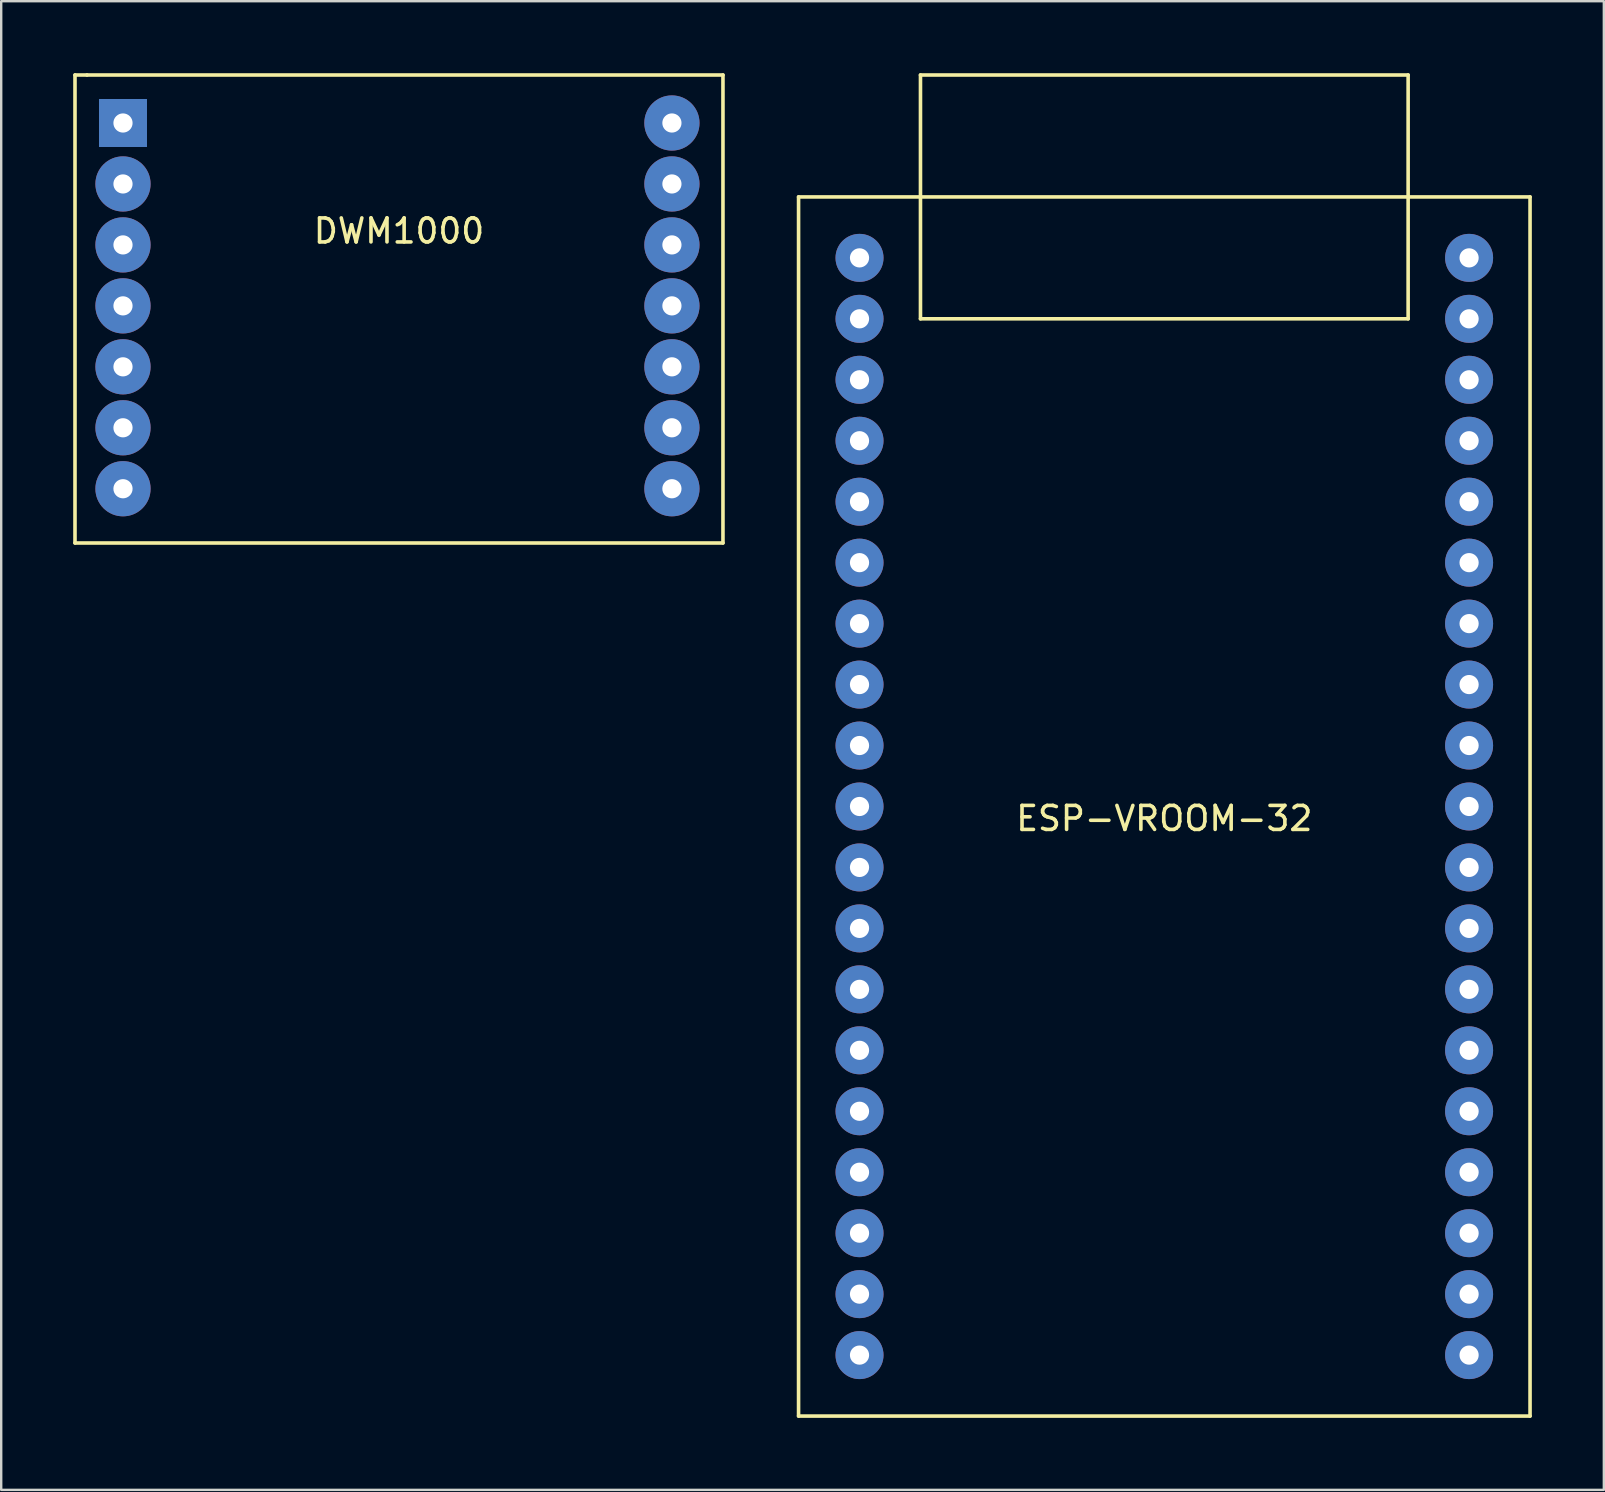
<source format=kicad_pcb>
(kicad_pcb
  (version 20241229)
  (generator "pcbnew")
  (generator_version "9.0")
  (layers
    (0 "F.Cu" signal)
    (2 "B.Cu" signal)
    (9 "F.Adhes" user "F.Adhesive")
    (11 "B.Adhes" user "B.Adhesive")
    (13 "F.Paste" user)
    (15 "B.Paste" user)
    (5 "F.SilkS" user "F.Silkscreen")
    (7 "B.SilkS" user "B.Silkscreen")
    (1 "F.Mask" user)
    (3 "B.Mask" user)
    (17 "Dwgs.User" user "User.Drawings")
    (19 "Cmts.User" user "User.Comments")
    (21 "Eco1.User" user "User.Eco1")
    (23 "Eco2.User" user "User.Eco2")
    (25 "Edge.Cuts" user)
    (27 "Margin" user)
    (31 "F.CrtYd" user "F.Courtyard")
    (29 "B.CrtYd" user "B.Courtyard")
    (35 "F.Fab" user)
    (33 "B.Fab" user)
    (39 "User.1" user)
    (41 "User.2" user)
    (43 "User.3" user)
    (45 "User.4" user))
  (footprint "DWM1000"
    (layer "F.Cu")
    (at 2.075 2.075)
    (property "Reference" "DWM1000" (at 11.5 4.5 0) (layer "F.SilkS") (effects (font (size 1 1) (thickness 0.15))))
    (attr through_hole)
    (fp_line (start -2 -2) (end -1.5 -2) (stroke (width 0.15) (type solid)) (layer "F.SilkS"))
    (fp_line (start -2 17.5) (end -2 -2) (stroke (width 0.15) (type solid)) (layer "F.SilkS"))
    (fp_line (start -1.5 -2) (end 25 -2) (stroke (width 0.15) (type solid)) (layer "F.SilkS"))
    (fp_line (start 25 -2) (end 25 17.5) (stroke (width 0.15) (type solid)) (layer "F.SilkS"))
    (fp_line (start 25 17.5) (end -2 17.5) (stroke (width 0.15) (type solid)) (layer "F.SilkS"))
    (pad "1" thru_hole rect (at 0 0) (size 2 2) (drill 0.8) (layers "*.Cu" "*.Mask"))
    (pad "2" thru_hole oval (at 0 2.54) (size 2.3 2.3) (drill 0.8) (layers "*.Cu" "*.Mask"))
    (pad "3" thru_hole oval (at 0 5.08) (size 2.3 2.3) (drill 0.8) (layers "*.Cu" "*.Mask"))
    (pad "4" thru_hole oval (at 0 7.62) (size 2.3 2.3) (drill 0.8) (layers "*.Cu" "*.Mask"))
    (pad "5" thru_hole oval (at 0 10.16) (size 2.3 2.3) (drill 0.8) (layers "*.Cu" "*.Mask"))
    (pad "6" thru_hole oval (at 0 12.7) (size 2.3 2.3) (drill 0.8) (layers "*.Cu" "*.Mask"))
    (pad "7" thru_hole oval (at 0 15.24) (size 2.3 2.3) (drill 0.8) (layers "*.Cu" "*.Mask"))
    (pad "8" thru_hole oval (at 22.873 0) (size 2.3 2.3) (drill 0.8) (layers "*.Cu" "*.Mask"))
    (pad "9" thru_hole oval (at 22.873 2.54) (size 2.3 2.3) (drill 0.8) (layers "*.Cu" "*.Mask"))
    (pad "10" thru_hole oval (at 22.873 5.08) (size 2.3 2.3) (drill 0.8) (layers "*.Cu" "*.Mask"))
    (pad "11" thru_hole oval (at 22.873 7.62) (size 2.3 2.3) (drill 0.8) (layers "*.Cu" "*.Mask"))
    (pad "12" thru_hole oval (at 22.873 10.16) (size 2.3 2.3) (drill 0.8) (layers "*.Cu" "*.Mask"))
    (pad "13" thru_hole oval (at 22.873 12.7) (size 2.3 2.3) (drill 0.8) (layers "*.Cu" "*.Mask"))
    (pad "14" thru_hole oval (at 22.873 15.24) (size 2.3 2.3) (drill 0.8) (layers "*.Cu" "*.Mask")))
  (footprint "ESP-VROOM-32"
    (layer "F.Cu")
    (at 45.465 30.555)
    (property "Reference" "ESP-VROOM-32" (at 0 0.5 0) (layer "F.SilkS") (effects (font (size 1 1) (thickness 0.15))))
    (attr through_hole)
    (fp_line (start -15.24 -25.4) (end 15.24 -25.4) (stroke (width 0.15) (type solid)) (layer "F.SilkS"))
    (fp_line (start -15.24 25.4) (end -15.24 -25.4) (stroke (width 0.15) (type solid)) (layer "F.SilkS"))
    (fp_line (start -10.16 -30.48) (end 10.16 -30.48) (stroke (width 0.15) (type solid)) (layer "F.SilkS"))
    (fp_line (start -10.16 -20.32) (end -10.16 -30.48) (stroke (width 0.15) (type solid)) (layer "F.SilkS"))
    (fp_line (start 10.16 -30.48) (end 10.16 -20.32) (stroke (width 0.15) (type solid)) (layer "F.SilkS"))
    (fp_line (start 10.16 -20.32) (end -10.16 -20.32) (stroke (width 0.15) (type solid)) (layer "F.SilkS"))
    (fp_line (start 15.24 -25.4) (end 15.24 25.4) (stroke (width 0.15) (type solid)) (layer "F.SilkS"))
    (fp_line (start 15.24 25.4) (end -15.24 25.4) (stroke (width 0.15) (type solid)) (layer "F.SilkS"))
    (pad "1" thru_hole circle (at -12.7 -22.86) (size 2 2) (drill 0.8) (layers "*.Cu" "*.Mask"))
    (pad "2" thru_hole circle (at -12.7 -20.32) (size 2 2) (drill 0.8) (layers "*.Cu" "*.Mask"))
    (pad "3" thru_hole circle (at -12.7 -17.78) (size 2 2) (drill 0.8) (layers "*.Cu" "*.Mask"))
    (pad "4" thru_hole circle (at -12.7 -15.24) (size 2 2) (drill 0.8) (layers "*.Cu" "*.Mask"))
    (pad "5" thru_hole circle (at -12.7 -12.7) (size 2 2) (drill 0.8) (layers "*.Cu" "*.Mask"))
    (pad "6" thru_hole circle (at -12.7 -10.16) (size 2 2) (drill 0.8) (layers "*.Cu" "*.Mask"))
    (pad "7" thru_hole circle (at -12.7 -7.62) (size 2 2) (drill 0.8) (layers "*.Cu" "*.Mask"))
    (pad "8" thru_hole circle (at -12.7 -5.08) (size 2 2) (drill 0.8) (layers "*.Cu" "*.Mask"))
    (pad "9" thru_hole circle (at -12.7 -2.54) (size 2 2) (drill 0.8) (layers "*.Cu" "*.Mask"))
    (pad "10" thru_hole circle (at -12.7 0) (size 2 2) (drill 0.8) (layers "*.Cu" "*.Mask"))
    (pad "11" thru_hole circle (at -12.7 2.54) (size 2 2) (drill 0.8) (layers "*.Cu" "*.Mask"))
    (pad "12" thru_hole circle (at -12.7 5.08) (size 2 2) (drill 0.8) (layers "*.Cu" "*.Mask"))
    (pad "13" thru_hole circle (at -12.7 7.62) (size 2 2) (drill 0.8) (layers "*.Cu" "*.Mask"))
    (pad "14" thru_hole circle (at -12.7 10.16) (size 2 2) (drill 0.8) (layers "*.Cu" "*.Mask"))
    (pad "15" thru_hole circle (at -12.7 12.7) (size 2 2) (drill 0.8) (layers "*.Cu" "*.Mask"))
    (pad "16" thru_hole circle (at -12.7 15.24) (size 2 2) (drill 0.8) (layers "*.Cu" "*.Mask"))
    (pad "17" thru_hole circle (at -12.7 17.78) (size 2 2) (drill 0.8) (layers "*.Cu" "*.Mask"))
    (pad "18" thru_hole circle (at -12.7 20.32) (size 2 2) (drill 0.8) (layers "*.Cu" "*.Mask"))
    (pad "19" thru_hole circle (at -12.7 22.86) (size 2 2) (drill 0.8) (layers "*.Cu" "*.Mask"))
    (pad "20" thru_hole circle (at 12.7 -22.86) (size 2 2) (drill 0.8) (layers "*.Cu" "*.Mask"))
    (pad "21" thru_hole circle (at 12.7 -20.32) (size 2 2) (drill 0.8) (layers "*.Cu" "*.Mask"))
    (pad "22" thru_hole circle (at 12.7 -17.78) (size 2 2) (drill 0.8) (layers "*.Cu" "*.Mask"))
    (pad "23" thru_hole circle (at 12.7 -15.24) (size 2 2) (drill 0.8) (layers "*.Cu" "*.Mask"))
    (pad "24" thru_hole circle (at 12.7 -12.7) (size 2 2) (drill 0.8) (layers "*.Cu" "*.Mask"))
    (pad "25" thru_hole circle (at 12.7 -10.16) (size 2 2) (drill 0.8) (layers "*.Cu" "*.Mask"))
    (pad "26" thru_hole circle (at 12.7 -7.62) (size 2 2) (drill 0.8) (layers "*.Cu" "*.Mask"))
    (pad "27" thru_hole circle (at 12.7 -5.08) (size 2 2) (drill 0.8) (layers "*.Cu" "*.Mask"))
    (pad "28" thru_hole circle (at 12.7 -2.54) (size 2 2) (drill 0.8) (layers "*.Cu" "*.Mask"))
    (pad "29" thru_hole circle (at 12.7 0) (size 2 2) (drill 0.8) (layers "*.Cu" "*.Mask"))
    (pad "30" thru_hole circle (at 12.7 2.54) (size 2 2) (drill 0.8) (layers "*.Cu" "*.Mask"))
    (pad "31" thru_hole circle (at 12.7 5.08) (size 2 2) (drill 0.8) (layers "*.Cu" "*.Mask"))
    (pad "32" thru_hole circle (at 12.7 7.62) (size 2 2) (drill 0.8) (layers "*.Cu" "*.Mask"))
    (pad "33" thru_hole circle (at 12.7 10.16) (size 2 2) (drill 0.8) (layers "*.Cu" "*.Mask"))
    (pad "34" thru_hole circle (at 12.7 12.7) (size 2 2) (drill 0.8) (layers "*.Cu" "*.Mask"))
    (pad "35" thru_hole circle (at 12.7 15.24) (size 2 2) (drill 0.8) (layers "*.Cu" "*.Mask"))
    (pad "36" thru_hole circle (at 12.7 17.78) (size 2 2) (drill 0.8) (layers "*.Cu" "*.Mask"))
    (pad "37" thru_hole circle (at 12.7 20.32) (size 2 2) (drill 0.8) (layers "*.Cu" "*.Mask"))
    (pad "38" thru_hole circle (at 12.7 22.86) (size 2 2) (drill 0.8) (layers "*.Cu" "*.Mask")))
  (gr_rect
    (start -3 -3)
    (end 63.78 59.03)
    (stroke (width 0.1) (type default))
    (fill no)
    (layer "Edge.Cuts")))
</source>
